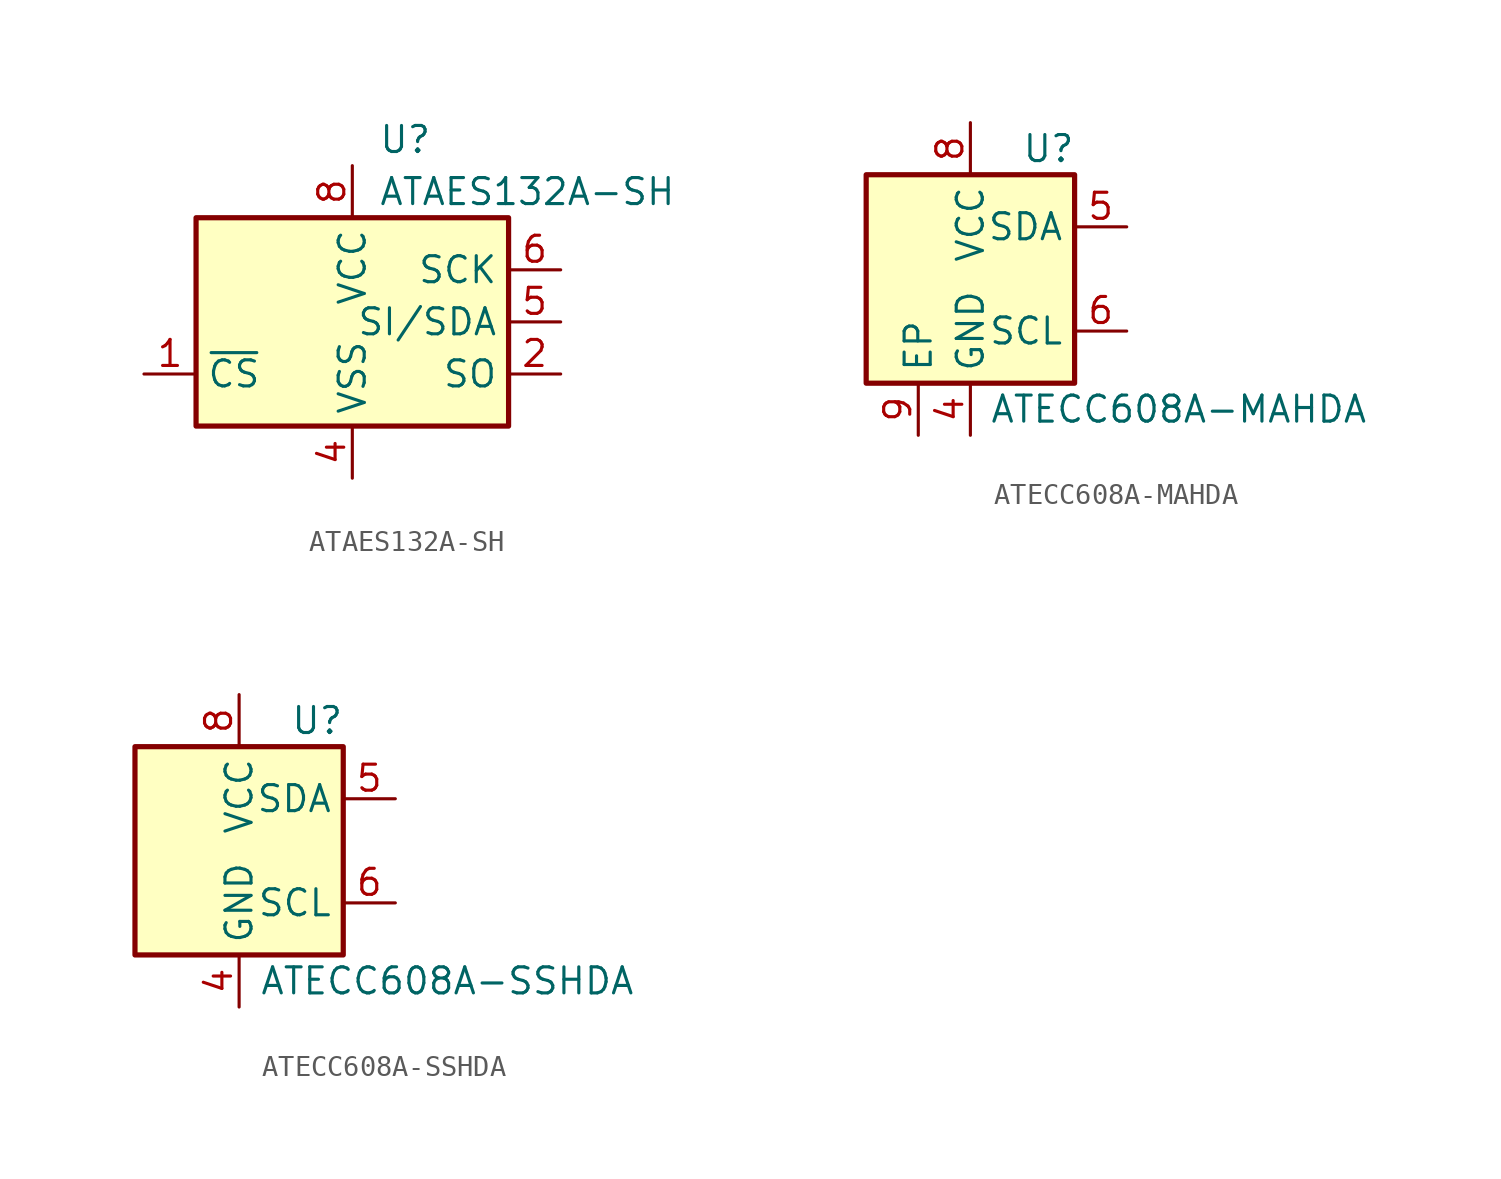
<source format=kicad_sym>
(kicad_symbol_lib
  (version 20211014)
  (generator kicad_symbol_editor)
  (symbol "ATAES132A-SH"
    (property "Reference" "U"
      (at 1.27 8.89 0)
      (effects (font (size 1.27 1.27)) (justify left)))
    (property "Value" "ATAES132A-SH"
      (at 1.27 6.35 0)
      (effects (font (size 1.27 1.27)) (justify left)))
    (symbol "ATAES132A-SH_0_1"
      (rectangle (start 7.62 5.08) (end -7.62 -5.08) (stroke (width 0.254) (type default) (color 0 0 0 0)) (fill (type background))))
    (symbol "ATAES132A-SH_1_1"
      (pin input line (at -10.16 -2.54 0) (length 2.54) (name "~{CS}" (effects (font (size 1.27 1.27)))) (number "1" (effects (font (size 1.27 1.27)))))
      (pin output line (at 10.16 -2.54 180) (length 2.54) (name "SO" (effects (font (size 1.27 1.27)))) (number "2" (effects (font (size 1.27 1.27)))))
      (pin no_connect line (at -7.62 2.54 0) (length 2.54) hide (name "NC" (effects (font (size 1.27 1.27)))) (number "3" (effects (font (size 1.27 1.27)))))
      (pin power_in line (at 0 -7.62 90) (length 2.54) (name "VSS" (effects (font (size 1.27 1.27)))) (number "4" (effects (font (size 1.27 1.27)))))
      (pin bidirectional line (at 10.16 0 180) (length 2.54) (name "SI/SDA" (effects (font (size 1.27 1.27)))) (number "5" (effects (font (size 1.27 1.27)))))
      (pin input line (at 10.16 2.54 180) (length 2.54) (name "SCK" (effects (font (size 1.27 1.27)))) (number "6" (effects (font (size 1.27 1.27)))))
      (pin no_connect line (at -7.62 0 0) (length 2.54) hide (name "NC" (effects (font (size 1.27 1.27)))) (number "7" (effects (font (size 1.27 1.27)))))
      (pin power_in line (at 0 7.62 270) (length 2.54) (name "VCC" (effects (font (size 1.27 1.27)))) (number "8" (effects (font (size 1.27 1.27)))))))
  (symbol "ATECC608A-MAHDA"
    (property "Reference" "U"
      (at 3.81 6.35 0)
      (effects (font (size 1.27 1.27))))
    (property "Value" "ATECC608A-MAHDA"
      (at 10.16 -6.35 0)
      (effects (font (size 1.27 1.27))))
    (symbol "ATECC608A-MAHDA_0_1"
      (rectangle (start -5.08 5.08) (end 5.08 -5.08) (stroke (width 0.254) (type default) (color 0 0 0 0)) (fill (type background))))
    (symbol "ATECC608A-MAHDA_1_1"
      (pin power_in line (at 0 -7.62 90) (length 2.54) (name "GND" (effects (font (size 1.27 1.27)))) (number "4" (effects (font (size 1.27 1.27)))))
      (pin bidirectional line (at 7.62 2.54 180) (length 2.54) (name "SDA" (effects (font (size 1.27 1.27)))) (number "5" (effects (font (size 1.27 1.27)))))
      (pin input line (at 7.62 -2.54 180) (length 2.54) (name "SCL" (effects (font (size 1.27 1.27)))) (number "6" (effects (font (size 1.27 1.27)))))
      (pin power_in line (at 0 7.62 270) (length 2.54) (name "VCC" (effects (font (size 1.27 1.27)))) (number "8" (effects (font (size 1.27 1.27)))))
      (pin input line (at -2.54 -7.62 90) (length 2.54) (name "EP" (effects (font (size 1.27 1.27)))) (number "9" (effects (font (size 1.27 1.27)))))))
  (symbol "ATECC608A-SSHDA"
    (property "Reference" "U"
      (at 3.81 6.35 0)
      (effects (font (size 1.27 1.27))))
    (property "Value" "ATECC608A-SSHDA"
      (at 10.16 -6.35 0)
      (effects (font (size 1.27 1.27))))
    (symbol "ATECC608A-SSHDA_0_1"
      (rectangle (start -5.08 5.08) (end 5.08 -5.08) (stroke (width 0.254) (type default) (color 0 0 0 0)) (fill (type background))))
    (symbol "ATECC608A-SSHDA_1_1"
      (pin power_in line (at 0 -7.62 90) (length 2.54) (name "GND" (effects (font (size 1.27 1.27)))) (number "4" (effects (font (size 1.27 1.27)))))
      (pin bidirectional line (at 7.62 2.54 180) (length 2.54) (name "SDA" (effects (font (size 1.27 1.27)))) (number "5" (effects (font (size 1.27 1.27)))))
      (pin input line (at 7.62 -2.54 180) (length 2.54) (name "SCL" (effects (font (size 1.27 1.27)))) (number "6" (effects (font (size 1.27 1.27)))))
      (pin power_in line (at 0 7.62 270) (length 2.54) (name "VCC" (effects (font (size 1.27 1.27)))) (number "8" (effects (font (size 1.27 1.27))))))))
</source>
